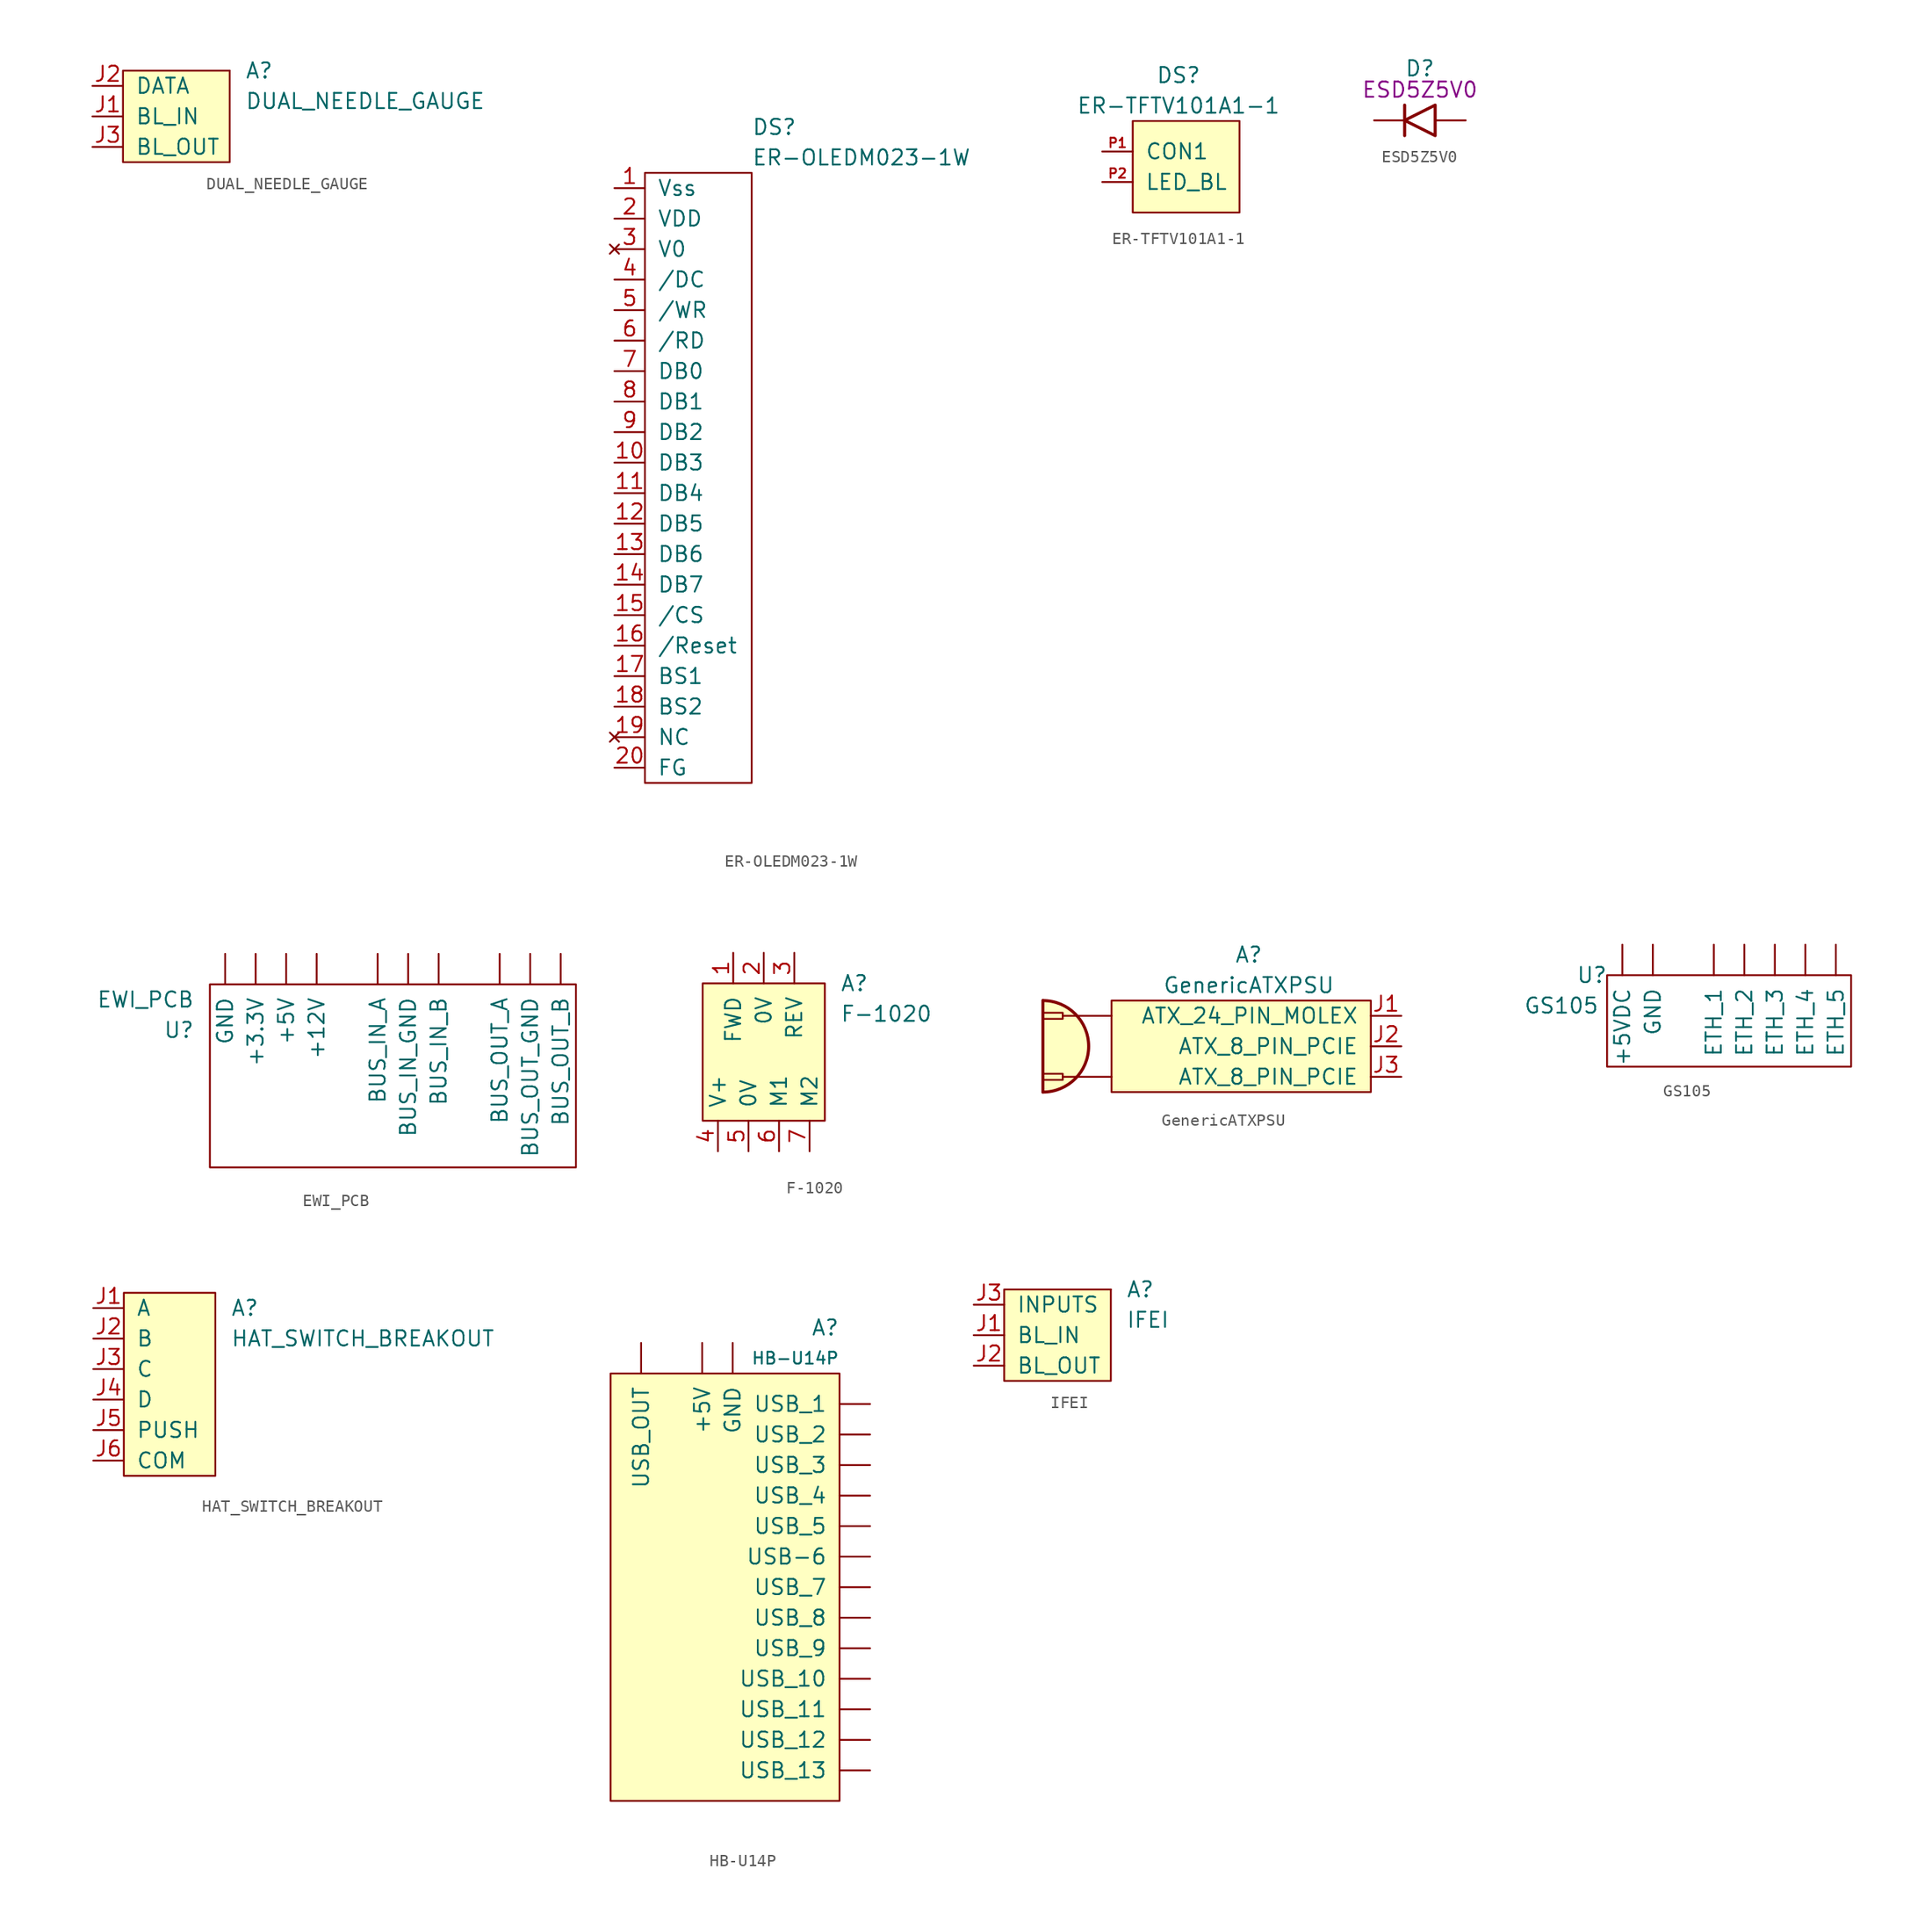
<source format=kicad_sym>
(kicad_symbol_lib
  (version 20220914)
  (generator kicad_symbol_editor)
  (symbol "DUAL_NEEDLE_GAUGE"
    (pin_names
      (offset 1.016))
    (property "Reference" "A"
      (at 10.16 6.35 0)
      (effects (font (size 1.27 1.27)) (justify left)))
    (property "Value" "DUAL_NEEDLE_GAUGE"
      (at 10.16 3.81 0)
      (effects (font (size 1.27 1.27)) (justify left)))
    (symbol "DUAL_NEEDLE_GAUGE_0_0"
      (pin input line (at -2.54 2.54 0) (length 2.54) (name "BL_IN" (effects (font (size 1.27 1.27)))) (number "J1" (effects (font (size 1.27 1.27)))))
      (pin input line (at -2.54 5.08 0) (length 2.54) (name "DATA" (effects (font (size 1.27 1.27)))) (number "J2" (effects (font (size 1.27 1.27)))))
      (pin output line (at -2.54 0 0) (length 2.54) (name "BL_OUT" (effects (font (size 1.27 1.27)))) (number "J3" (effects (font (size 1.27 1.27))))))
    (symbol "DUAL_NEEDLE_GAUGE_0_1"
      (rectangle (start 0 -1.27) (end 8.89 6.35) (stroke (width 0) (type default)) (fill (type background)))
      (rectangle (start 8.89 6.35) (end 8.89 6.35) (stroke (width 0) (type default)) (fill (type none)))))
  (symbol "ER-OLEDM023-1W"
    (pin_names
      (offset 1.016))
    (property "Reference" "DS"
      (at 2.54 19.05 0)
      (effects (font (size 1.27 1.27)) (justify left)))
    (property "Value" "ER-OLEDM023-1W"
      (at 2.54 16.51 0)
      (effects (font (size 1.27 1.27)) (justify left)))
    (symbol "ER-OLEDM023-1W_0_0"
      (pin power_out line (at -8.89 13.97 0) (length 2.54) (name "Vss" (effects (font (size 1.27 1.27)))) (number "1" (effects (font (size 1.27 1.27)))))
      (pin bidirectional line (at -8.89 -8.89 0) (length 2.54) (name "DB3" (effects (font (size 1.27 1.27)))) (number "10" (effects (font (size 1.27 1.27)))))
      (pin bidirectional line (at -8.89 -11.43 0) (length 2.54) (name "DB4" (effects (font (size 1.27 1.27)))) (number "11" (effects (font (size 1.27 1.27)))))
      (pin bidirectional line (at -8.89 -13.97 0) (length 2.54) (name "DB5" (effects (font (size 1.27 1.27)))) (number "12" (effects (font (size 1.27 1.27)))))
      (pin bidirectional line (at -8.89 -16.51 0) (length 2.54) (name "DB6" (effects (font (size 1.27 1.27)))) (number "13" (effects (font (size 1.27 1.27)))))
      (pin bidirectional line (at -8.89 -19.05 0) (length 2.54) (name "DB7" (effects (font (size 1.27 1.27)))) (number "14" (effects (font (size 1.27 1.27)))))
      (pin input line (at -8.89 -21.59 0) (length 2.54) (name "/CS" (effects (font (size 1.27 1.27)))) (number "15" (effects (font (size 1.27 1.27)))))
      (pin input line (at -8.89 -24.13 0) (length 2.54) (name "/Reset" (effects (font (size 1.27 1.27)))) (number "16" (effects (font (size 1.27 1.27)))))
      (pin tri_state line (at -8.89 -26.67 0) (length 2.54) (name "BS1" (effects (font (size 1.27 1.27)))) (number "17" (effects (font (size 1.27 1.27)))))
      (pin tri_state line (at -8.89 -29.21 0) (length 2.54) (name "BS2" (effects (font (size 1.27 1.27)))) (number "18" (effects (font (size 1.27 1.27)))))
      (pin no_connect line (at -8.89 -31.75 0) (length 2.54) (name "NC" (effects (font (size 1.27 1.27)))) (number "19" (effects (font (size 1.27 1.27)))))
      (pin power_in line (at -8.89 11.43 0) (length 2.54) (name "VDD" (effects (font (size 1.27 1.27)))) (number "2" (effects (font (size 1.27 1.27)))))
      (pin power_out line (at -8.89 -34.29 0) (length 2.54) (name "FG" (effects (font (size 1.27 1.27)))) (number "20" (effects (font (size 1.27 1.27)))))
      (pin no_connect line (at -8.89 8.89 0) (length 2.54) (name "V0" (effects (font (size 1.27 1.27)))) (number "3" (effects (font (size 1.27 1.27)))))
      (pin input line (at -8.89 6.35 0) (length 2.54) (name "/DC" (effects (font (size 1.27 1.27)))) (number "4" (effects (font (size 1.27 1.27)))))
      (pin input line (at -8.89 3.81 0) (length 2.54) (name "/WR" (effects (font (size 1.27 1.27)))) (number "5" (effects (font (size 1.27 1.27)))))
      (pin input line (at -8.89 1.27 0) (length 2.54) (name "/RD" (effects (font (size 1.27 1.27)))) (number "6" (effects (font (size 1.27 1.27)))))
      (pin bidirectional line (at -8.89 -1.27 0) (length 2.54) (name "DB0" (effects (font (size 1.27 1.27)))) (number "7" (effects (font (size 1.27 1.27)))))
      (pin bidirectional line (at -8.89 -3.81 0) (length 2.54) (name "DB1" (effects (font (size 1.27 1.27)))) (number "8" (effects (font (size 1.27 1.27)))))
      (pin bidirectional line (at -8.89 -6.35 0) (length 2.54) (name "DB2" (effects (font (size 1.27 1.27)))) (number "9" (effects (font (size 1.27 1.27))))))
    (symbol "ER-OLEDM023-1W_0_1"
      (rectangle (start -6.35 15.24) (end 2.54 -35.56) (stroke (width 0) (type default)) (fill (type none)))))
  (symbol "ER-TFTV101A1-1"
    (pin_names
      (offset 1.016))
    (property "Reference" "DS"
      (at 0 7.62 0)
      (effects (font (size 1.27 1.27))))
    (property "Value" "ER-TFTV101A1-1"
      (at 0 5.08 0)
      (effects (font (size 1.27 1.27))))
    (symbol "ER-TFTV101A1-1_0_0"
      (pin bidirectional line (at -6.35 1.27 0) (length 2.54) (name "CON1" (effects (font (size 1.27 1.27)))) (number "P1" (effects (font (size 0.787 0.787)))))
      (pin bidirectional line (at -6.35 -1.27 0) (length 2.54) (name "LED_BL" (effects (font (size 1.27 1.27)))) (number "P2" (effects (font (size 0.787 0.787))))))
    (symbol "ER-TFTV101A1-1_0_1"
      (rectangle (start -3.81 3.81) (end 5.08 -3.81) (stroke (width 0) (type default)) (fill (type background)))))
  (symbol "ESD5Z5V0"
    (pin_numbers hide)
    (pin_names
      (offset 1.016) hide)
    (property "Reference" "D"
      (at 0 4.318 0)
      (effects (font (size 1.27 1.27))))
    (property "Manufacturer PN" "ESD5Z5V0"
      (at 0 2.54 0)
      (effects (font (size 1.27 1.27))))
    (symbol "ESD5Z5V0_0_1"
      (polyline (pts (xy -1.27 1.27) (xy -1.27 1.27) (xy -1.27 -1.27)) (stroke (width 0.254) (type default)) (fill (type none)))
      (polyline (pts (xy 1.27 1.27) (xy 1.27 -1.27) (xy -1.27 0) (xy 1.27 1.27)) (stroke (width 0.254) (type default)) (fill (type none))))
    (symbol "ESD5Z5V0_1_1"
      (pin passive line (at -3.81 0 0) (length 2.54) (name "A1" (effects (font (size 1.27 1.27)))) (number "1" (effects (font (size 1.27 1.27)))))
      (pin passive line (at 3.81 0 180) (length 2.54) (name "A2" (effects (font (size 1.27 1.27)))) (number "2" (effects (font (size 1.27 1.27)))))))
  (symbol "EWI_PCB"
    (pin_names
      (offset 1.016))
    (property "Reference" "U"
      (at -16.51 2.54 0)
      (effects (font (size 1.27 1.27)) (justify right)))
    (property "Value" "EWI_PCB"
      (at -16.51 5.08 0)
      (effects (font (size 1.27 1.27)) (justify right)))
    (symbol "EWI_PCB_0_0"
      (pin power_in line (at -6.35 8.89 270) (length 2.54) (name "+12V" (effects (font (size 1.27 1.27)))) (number "~" (effects (font (size 1.27 1.27)))))
      (pin power_in line (at -11.43 8.89 270) (length 2.54) (name "+3.3V" (effects (font (size 1.27 1.27)))) (number "~" (effects (font (size 1.27 1.27)))))
      (pin power_in line (at -8.89 8.89 270) (length 2.54) (name "+5V" (effects (font (size 1.27 1.27)))) (number "~" (effects (font (size 1.27 1.27)))))
      (pin bidirectional line (at -1.27 8.89 270) (length 2.54) (name "BUS_IN_A" (effects (font (size 1.27 1.27)))) (number "~" (effects (font (size 1.27 1.27)))))
      (pin bidirectional line (at 3.81 8.89 270) (length 2.54) (name "BUS_IN_B" (effects (font (size 1.27 1.27)))) (number "~" (effects (font (size 1.27 1.27)))))
      (pin power_out line (at 1.27 8.89 270) (length 2.54) (name "BUS_IN_GND" (effects (font (size 1.27 1.27)))) (number "~" (effects (font (size 1.27 1.27)))))
      (pin bidirectional line (at 8.89 8.89 270) (length 2.54) (name "BUS_OUT_A" (effects (font (size 1.27 1.27)))) (number "~" (effects (font (size 1.27 1.27)))))
      (pin bidirectional line (at 13.97 8.89 270) (length 2.54) (name "BUS_OUT_B" (effects (font (size 1.27 1.27)))) (number "~" (effects (font (size 1.27 1.27)))))
      (pin power_out line (at 11.43 8.89 270) (length 2.54) (name "BUS_OUT_GND" (effects (font (size 1.27 1.27)))) (number "~" (effects (font (size 1.27 1.27)))))
      (pin power_out line (at -13.97 8.89 270) (length 2.54) (name "GND" (effects (font (size 1.27 1.27)))) (number "~" (effects (font (size 1.27 1.27))))))
    (symbol "EWI_PCB_0_1"
      (rectangle (start -15.24 6.35) (end 15.24 -8.89) (stroke (width 0) (type default)) (fill (type none)))))
  (symbol "F-1020"
    (pin_names
      (offset 1.016))
    (property "Reference" "A"
      (at 6.35 6.35 0)
      (effects (font (size 1.27 1.27)) (justify left)))
    (property "Value" "F-1020"
      (at 6.35 3.81 0)
      (effects (font (size 1.27 1.27)) (justify left)))
    (symbol "F-1020_0_0"
      (pin unspecified line (at -2.54 8.89 270) (length 2.54) (name "FWD" (effects (font (size 1.27 1.27)))) (number "1" (effects (font (size 1.27 1.27)))))
      (pin unspecified line (at 0 8.89 270) (length 2.54) (name "0V" (effects (font (size 1.27 1.27)))) (number "2" (effects (font (size 1.27 1.27)))))
      (pin unspecified line (at 2.54 8.89 270) (length 2.54) (name "REV" (effects (font (size 1.27 1.27)))) (number "3" (effects (font (size 1.27 1.27)))))
      (pin unspecified line (at -3.81 -7.62 90) (length 2.54) (name "V+" (effects (font (size 1.27 1.27)))) (number "4" (effects (font (size 1.27 1.27)))))
      (pin unspecified line (at -1.27 -7.62 90) (length 2.54) (name "0V" (effects (font (size 1.27 1.27)))) (number "5" (effects (font (size 1.27 1.27)))))
      (pin unspecified line (at 1.27 -7.62 90) (length 2.54) (name "M1" (effects (font (size 1.27 1.27)))) (number "6" (effects (font (size 1.27 1.27)))))
      (pin unspecified line (at 3.81 -7.62 90) (length 2.54) (name "M2" (effects (font (size 1.27 1.27)))) (number "7" (effects (font (size 1.27 1.27))))))
    (symbol "F-1020_0_1"
      (rectangle (start -5.08 -5.08) (end 5.08 6.35) (stroke (width 0) (type default)) (fill (type background)))))
  (symbol "GenericATXPSU"
    (pin_names
      (offset 1.016))
    (property "Reference" "A"
      (at -2.54 12.7 0)
      (effects (font (size 1.27 1.27))))
    (property "Value" "GenericATXPSU"
      (at -2.54 10.16 0)
      (effects (font (size 1.27 1.27))))
    (symbol "GenericATXPSU_0_0"
      (pin unspecified line (at 10.16 7.62 180) (length 2.54) (name "ATX_24_PIN_MOLEX" (effects (font (size 1.27 1.27)))) (number "J1" (effects (font (size 1.27 1.27)))))
      (pin unspecified line (at 10.16 5.08 180) (length 2.54) (name "ATX_8_PIN_PCIE" (effects (font (size 1.27 1.27)))) (number "J2" (effects (font (size 1.27 1.27)))))
      (pin unspecified line (at 10.16 2.54 180) (length 2.54) (name "ATX_8_PIN_PCIE" (effects (font (size 1.27 1.27)))) (number "J3" (effects (font (size 1.27 1.27))))))
    (symbol "GenericATXPSU_0_1"
      (rectangle (start -13.97 8.89) (end 7.62 1.27) (stroke (width 0) (type default)) (fill (type background))))
    (symbol "GenericATXPSU_1_1"
      (arc (start -19.685 1.27) (mid -15.8916 5.08) (end -19.685 8.89) (stroke (width 0.254) (type default)) (fill (type background)))
      (rectangle (start -19.685 2.286) (end -18.034 2.794) (stroke (width 0) (type default)) (fill (type none)))
      (rectangle (start -19.685 7.366) (end -18.034 7.874) (stroke (width 0) (type default)) (fill (type none)))
      (polyline (pts (xy -19.685 1.27) (xy -19.685 8.89)) (stroke (width 0.254) (type default)) (fill (type none)))
      (polyline (pts (xy -18.034 2.54) (xy -13.97 2.54)) (stroke (width 0) (type default)) (fill (type none)))
      (polyline (pts (xy -18.034 7.62) (xy -13.97 7.62)) (stroke (width 0) (type default)) (fill (type none)))))
  (symbol "GS105"
    (pin_names
      (offset 1.016))
    (property "Reference" "U"
      (at -11.43 3.81 0)
      (effects (font (size 1.27 1.27))))
    (property "Value" "GS105"
      (at -13.97 1.27 0)
      (effects (font (size 1.27 1.27))))
    (symbol "GS105_0_0"
      (pin power_in line (at -8.89 6.35 270) (length 2.54) (name "+5VDC" (effects (font (size 1.27 1.27)))) (number "~" (effects (font (size 1.27 1.27)))))
      (pin bidirectional line (at -1.27 6.35 270) (length 2.54) (name "ETH_1" (effects (font (size 1.27 1.27)))) (number "~" (effects (font (size 1.27 1.27)))))
      (pin bidirectional line (at 1.27 6.35 270) (length 2.54) (name "ETH_2" (effects (font (size 1.27 1.27)))) (number "~" (effects (font (size 1.27 1.27)))))
      (pin bidirectional line (at 3.81 6.35 270) (length 2.54) (name "ETH_3" (effects (font (size 1.27 1.27)))) (number "~" (effects (font (size 1.27 1.27)))))
      (pin bidirectional line (at 6.35 6.35 270) (length 2.54) (name "ETH_4" (effects (font (size 1.27 1.27)))) (number "~" (effects (font (size 1.27 1.27)))))
      (pin bidirectional line (at 8.89 6.35 270) (length 2.54) (name "ETH_5" (effects (font (size 1.27 1.27)))) (number "~" (effects (font (size 1.27 1.27)))))
      (pin power_out line (at -6.35 6.35 270) (length 2.54) (name "GND" (effects (font (size 1.27 1.27)))) (number "~" (effects (font (size 1.27 1.27))))))
    (symbol "GS105_0_1"
      (rectangle (start -10.16 3.81) (end 10.16 -3.81) (stroke (width 0) (type default)) (fill (type none)))))
  (symbol "HAT_SWITCH_BREAKOUT"
    (pin_names
      (offset 1.016))
    (property "Reference" "A"
      (at 8.89 6.35 0)
      (effects (font (size 1.27 1.27)) (justify left)))
    (property "Value" "HAT_SWITCH_BREAKOUT"
      (at 8.89 3.81 0)
      (effects (font (size 1.27 1.27)) (justify left)))
    (symbol "HAT_SWITCH_BREAKOUT_0_0"
      (pin unspecified line (at -2.54 6.35 0) (length 2.54) (name "A" (effects (font (size 1.27 1.27)))) (number "J1" (effects (font (size 1.27 1.27)))))
      (pin unspecified line (at -2.54 3.81 0) (length 2.54) (name "B" (effects (font (size 1.27 1.27)))) (number "J2" (effects (font (size 1.27 1.27)))))
      (pin unspecified line (at -2.54 1.27 0) (length 2.54) (name "C" (effects (font (size 1.27 1.27)))) (number "J3" (effects (font (size 1.27 1.27)))))
      (pin unspecified line (at -2.54 -1.27 0) (length 2.54) (name "D" (effects (font (size 1.27 1.27)))) (number "J4" (effects (font (size 1.27 1.27)))))
      (pin unspecified line (at -2.54 -3.81 0) (length 2.54) (name "PUSH" (effects (font (size 1.27 1.27)))) (number "J5" (effects (font (size 1.27 1.27)))))
      (pin unspecified line (at -2.54 -6.35 0) (length 2.54) (name "COM" (effects (font (size 1.27 1.27)))) (number "J6" (effects (font (size 1.27 1.27))))))
    (symbol "HAT_SWITCH_BREAKOUT_0_1"
      (rectangle (start 0 7.62) (end 7.62 -7.62) (stroke (width 0) (type default)) (fill (type background)))))
  (symbol "HB-U14P"
    (pin_names
      (offset 1.016))
    (property "Reference" "A"
      (at 8.89 20.32 0)
      (effects (font (size 1.27 1.27)) (justify right)))
    (property "Value" "HB-U14P"
      (at 8.89 17.78 0)
      (effects (font (size 0.991 0.991)) (justify right)))
    (symbol "HB-U14P_0_0"
      (pin power_in line (at -2.54 19.05 270) (length 2.54) (name "+5V" (effects (font (size 1.27 1.27)))) (number "~" (effects (font (size 1.27 1.27)))))
      (pin power_out line (at 0 19.05 270) (length 2.54) (name "GND" (effects (font (size 1.27 1.27)))) (number "~" (effects (font (size 1.27 1.27)))))
      (pin bidirectional line (at 11.43 1.27 180) (length 2.54) (name "USB-6" (effects (font (size 1.27 1.27)))) (number "~" (effects (font (size 1.27 1.27)))))
      (pin bidirectional line (at 11.43 13.97 180) (length 2.54) (name "USB_1" (effects (font (size 1.27 1.27)))) (number "~" (effects (font (size 1.27 1.27)))))
      (pin bidirectional line (at 11.43 -8.89 180) (length 2.54) (name "USB_10" (effects (font (size 1.27 1.27)))) (number "~" (effects (font (size 1.27 1.27)))))
      (pin bidirectional line (at 11.43 -11.43 180) (length 2.54) (name "USB_11" (effects (font (size 1.27 1.27)))) (number "~" (effects (font (size 1.27 1.27)))))
      (pin bidirectional line (at 11.43 -13.97 180) (length 2.54) (name "USB_12" (effects (font (size 1.27 1.27)))) (number "~" (effects (font (size 1.27 1.27)))))
      (pin bidirectional line (at 11.43 -16.51 180) (length 2.54) (name "USB_13" (effects (font (size 1.27 1.27)))) (number "~" (effects (font (size 1.27 1.27)))))
      (pin bidirectional line (at 11.43 11.43 180) (length 2.54) (name "USB_2" (effects (font (size 1.27 1.27)))) (number "~" (effects (font (size 1.27 1.27)))))
      (pin bidirectional line (at 11.43 8.89 180) (length 2.54) (name "USB_3" (effects (font (size 1.27 1.27)))) (number "~" (effects (font (size 1.27 1.27)))))
      (pin bidirectional line (at 11.43 6.35 180) (length 2.54) (name "USB_4" (effects (font (size 1.27 1.27)))) (number "~" (effects (font (size 1.27 1.27)))))
      (pin bidirectional line (at 11.43 3.81 180) (length 2.54) (name "USB_5" (effects (font (size 1.27 1.27)))) (number "~" (effects (font (size 1.27 1.27)))))
      (pin bidirectional line (at 11.43 -1.27 180) (length 2.54) (name "USB_7" (effects (font (size 1.27 1.27)))) (number "~" (effects (font (size 1.27 1.27)))))
      (pin bidirectional line (at 11.43 -3.81 180) (length 2.54) (name "USB_8" (effects (font (size 1.27 1.27)))) (number "~" (effects (font (size 1.27 1.27)))))
      (pin bidirectional line (at 11.43 -6.35 180) (length 2.54) (name "USB_9" (effects (font (size 1.27 1.27)))) (number "~" (effects (font (size 1.27 1.27)))))
      (pin bidirectional line (at -7.62 19.05 270) (length 2.54) (name "USB_OUT" (effects (font (size 1.27 1.27)))) (number "~" (effects (font (size 1.27 1.27))))))
    (symbol "HB-U14P_0_1"
      (rectangle (start -10.16 16.51) (end 8.89 -19.05) (stroke (width 0) (type default)) (fill (type background)))))
  (symbol "IFEI"
    (pin_names
      (offset 1.016))
    (property "Reference" "A"
      (at 10.16 6.35 0)
      (effects (font (size 1.27 1.27)) (justify left)))
    (property "Value" "IFEI"
      (at 10.16 3.81 0)
      (effects (font (size 1.27 1.27)) (justify left)))
    (symbol "IFEI_0_0"
      (pin input line (at -2.54 2.54 0) (length 2.54) (name "BL_IN" (effects (font (size 1.27 1.27)))) (number "J1" (effects (font (size 1.27 1.27)))))
      (pin output line (at -2.54 0 0) (length 2.54) (name "BL_OUT" (effects (font (size 1.27 1.27)))) (number "J2" (effects (font (size 1.27 1.27)))))
      (pin input line (at -2.54 5.08 0) (length 2.54) (name "INPUTS" (effects (font (size 1.27 1.27)))) (number "J3" (effects (font (size 1.27 1.27))))))
    (symbol "IFEI_0_1"
      (rectangle (start 0 -1.27) (end 8.89 6.35) (stroke (width 0) (type default)) (fill (type background)))
      (rectangle (start 8.89 6.35) (end 8.89 6.35) (stroke (width 0) (type default)) (fill (type none))))))
</source>
